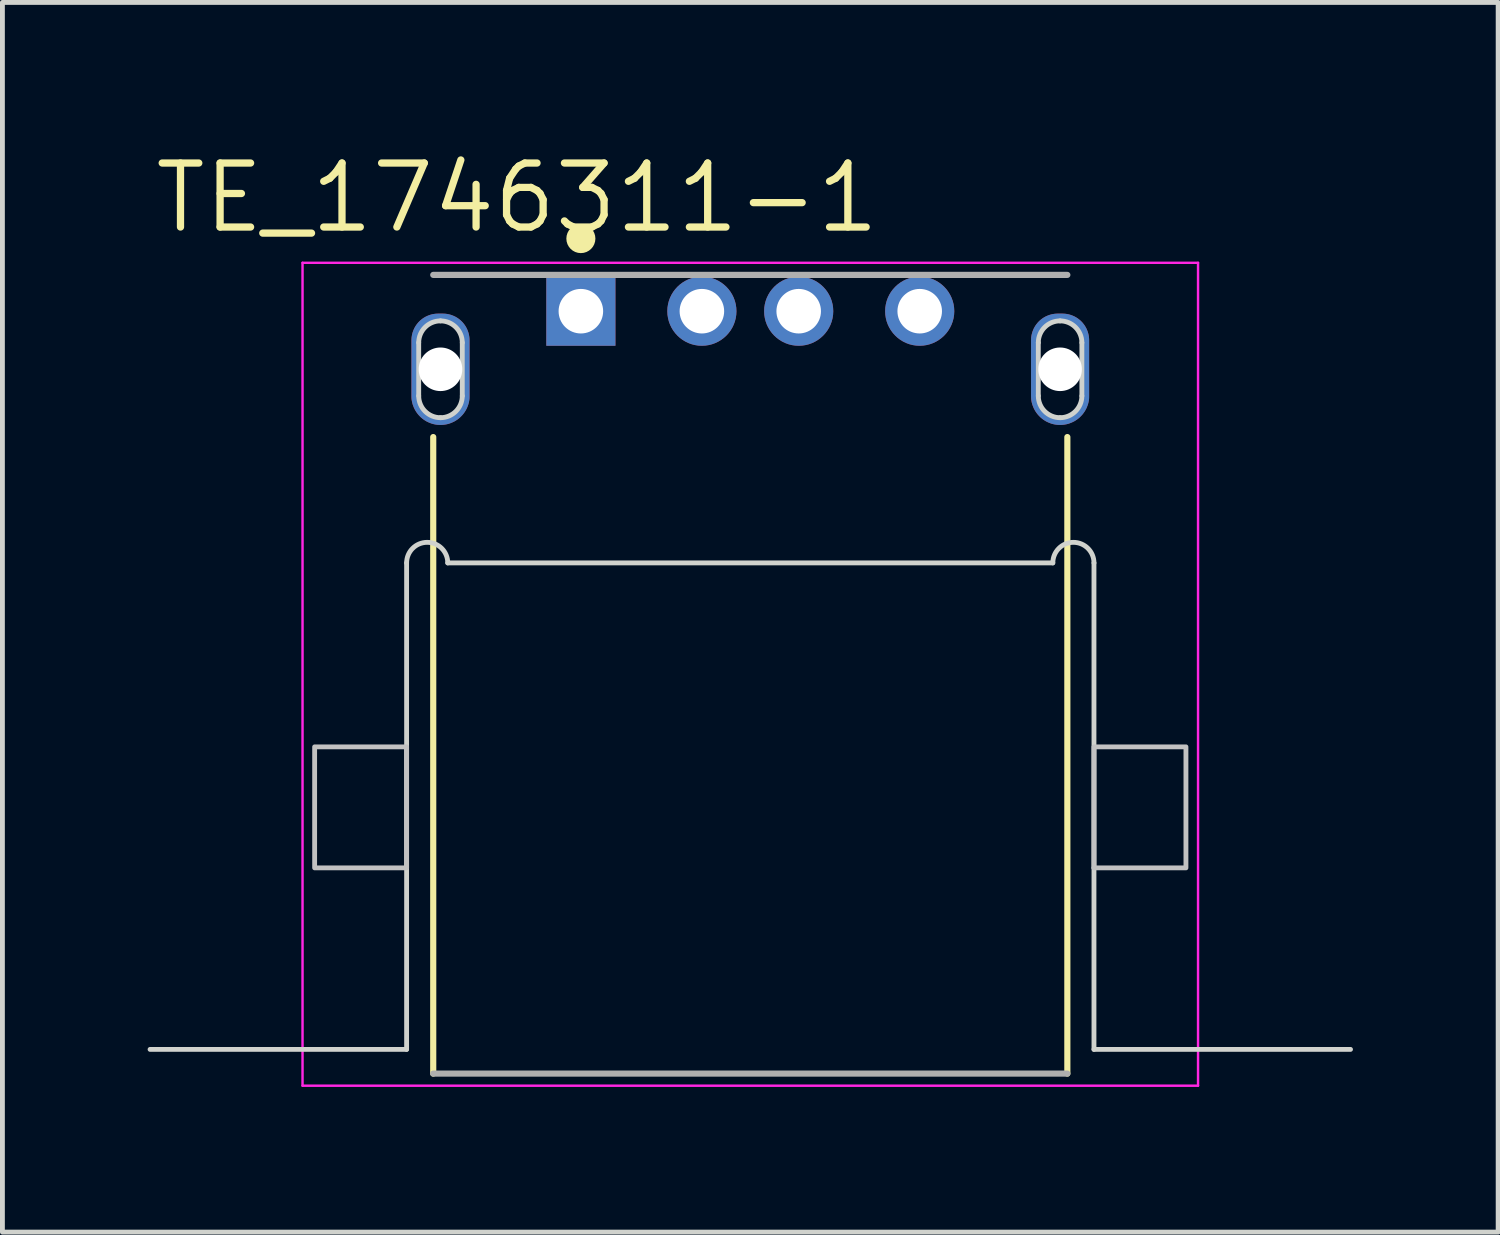
<source format=kicad_pcb>
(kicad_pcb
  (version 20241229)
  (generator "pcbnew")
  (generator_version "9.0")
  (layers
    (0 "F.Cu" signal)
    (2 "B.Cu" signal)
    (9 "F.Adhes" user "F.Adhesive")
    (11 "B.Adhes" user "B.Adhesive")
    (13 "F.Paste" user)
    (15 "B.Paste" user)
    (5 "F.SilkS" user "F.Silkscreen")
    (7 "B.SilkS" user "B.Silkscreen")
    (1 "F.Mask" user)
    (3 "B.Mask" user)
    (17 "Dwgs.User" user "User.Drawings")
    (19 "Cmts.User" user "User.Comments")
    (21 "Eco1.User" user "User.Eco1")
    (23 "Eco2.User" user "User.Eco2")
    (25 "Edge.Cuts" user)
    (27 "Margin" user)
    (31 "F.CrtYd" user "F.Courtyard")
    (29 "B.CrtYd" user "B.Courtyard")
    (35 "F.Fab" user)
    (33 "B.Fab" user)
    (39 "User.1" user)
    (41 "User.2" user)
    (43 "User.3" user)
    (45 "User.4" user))
  (footprint "TE_1746311-1"
    (layer "F.Cu")
    (at 12.45 4.579)
    (property "Reference" "TE_1746311-1" (at -4.815 -3.543 0) (layer "F.SilkS") (effects (font (size 1.322 1.322) (thickness 0.15))))
    (attr through_hole)
    (fp_poly (pts (xy -7 0.55) (xy -7 -0.6) (xy -6.999 -0.629) (xy -6.997 -0.657) (xy -6.993 -0.686) (xy -6.988 -0.714) (xy -6.981 -0.742) (xy -6.973 -0.77) (xy -6.963 -0.797) (xy -6.952 -0.824) (xy -6.94 -0.85) (xy -6.926 -0.875) (xy -6.911 -0.9) (xy -6.895 -0.923) (xy -6.877 -0.946) (xy -6.859 -0.968) (xy -6.839 -0.989) (xy -6.818 -1.009) (xy -6.796 -1.027) (xy -6.773 -1.045) (xy -6.75 -1.061) (xy -6.725 -1.076) (xy -6.7 -1.09) (xy -6.674 -1.102) (xy -6.647 -1.113) (xy -6.62 -1.123) (xy -6.592 -1.131) (xy -6.564 -1.138) (xy -6.536 -1.143) (xy -6.507 -1.147) (xy -6.479 -1.149) (xy -6.45 -1.15) (xy -6.35 -1.15) (xy -6.321 -1.149) (xy -6.293 -1.147) (xy -6.264 -1.143) (xy -6.236 -1.138) (xy -6.208 -1.131) (xy -6.18 -1.123) (xy -6.153 -1.113) (xy -6.126 -1.102) (xy -6.1 -1.09) (xy -6.075 -1.076) (xy -6.05 -1.061) (xy -6.027 -1.045) (xy -6.004 -1.027) (xy -5.982 -1.009) (xy -5.961 -0.989) (xy -5.941 -0.968) (xy -5.923 -0.946) (xy -5.905 -0.923) (xy -5.889 -0.9) (xy -5.874 -0.875) (xy -5.86 -0.85) (xy -5.848 -0.824) (xy -5.837 -0.797) (xy -5.827 -0.77) (xy -5.819 -0.742) (xy -5.812 -0.714) (xy -5.807 -0.686) (xy -5.803 -0.657) (xy -5.801 -0.629) (xy -5.8 -0.6) (xy -5.8 0.55) (xy -5.801 0.581) (xy -5.803 0.613) (xy -5.807 0.644) (xy -5.813 0.675) (xy -5.82 0.705) (xy -5.829 0.735) (xy -5.84 0.765) (xy -5.852 0.794) (xy -5.865 0.822) (xy -5.88 0.85) (xy -5.897 0.877) (xy -5.915 0.903) (xy -5.934 0.928) (xy -5.954 0.951) (xy -5.976 0.974) (xy -5.999 0.996) (xy -6.022 1.016) (xy -6.047 1.035) (xy -6.073 1.053) (xy -6.1 1.07) (xy -6.128 1.085) (xy -6.156 1.098) (xy -6.185 1.11) (xy -6.215 1.121) (xy -6.245 1.13) (xy -6.275 1.137) (xy -6.306 1.143) (xy -6.337 1.147) (xy -6.369 1.149) (xy -6.4 1.15) (xy -6.431 1.149) (xy -6.463 1.147) (xy -6.494 1.143) (xy -6.525 1.137) (xy -6.555 1.13) (xy -6.585 1.121) (xy -6.615 1.11) (xy -6.644 1.098) (xy -6.672 1.085) (xy -6.7 1.07) (xy -6.727 1.053) (xy -6.753 1.035) (xy -6.778 1.016) (xy -6.801 0.996) (xy -6.824 0.974) (xy -6.846 0.951) (xy -6.866 0.928) (xy -6.885 0.903) (xy -6.903 0.877) (xy -6.92 0.85) (xy -6.935 0.822) (xy -6.948 0.794) (xy -6.96 0.765) (xy -6.971 0.735) (xy -6.98 0.705) (xy -6.987 0.675) (xy -6.993 0.644) (xy -6.997 0.613) (xy -6.999 0.581) (xy -7 0.55) (xy -6.85 0.55) (xy -6.849 0.574) (xy -6.848 0.597) (xy -6.844 0.62) (xy -6.84 0.644) (xy -6.835 0.666) (xy -6.828 0.689) (xy -6.82 0.711) (xy -6.811 0.733) (xy -6.801 0.754) (xy -6.79 0.775) (xy -6.777 0.795) (xy -6.764 0.815) (xy -6.75 0.833) (xy -6.734 0.851) (xy -6.718 0.868) (xy -6.701 0.884) (xy -6.683 0.9) (xy -6.665 0.914) (xy -6.645 0.927) (xy -6.625 0.94) (xy -6.604 0.951) (xy -6.583 0.961) (xy -6.561 0.97) (xy -6.539 0.978) (xy -6.516 0.985) (xy -6.494 0.99) (xy -6.47 0.994) (xy -6.447 0.998) (xy -6.424 0.999) (xy -6.4 1) (xy -6.376 0.999) (xy -6.353 0.998) (xy -6.33 0.994) (xy -6.306 0.99) (xy -6.284 0.985) (xy -6.261 0.978) (xy -6.239 0.97) (xy -6.217 0.961) (xy -6.196 0.951) (xy -6.175 0.94) (xy -6.155 0.927) (xy -6.135 0.914) (xy -6.117 0.9) (xy -6.099 0.884) (xy -6.082 0.868) (xy -6.066 0.851) (xy -6.05 0.833) (xy -6.036 0.815) (xy -6.023 0.795) (xy -6.01 0.775) (xy -5.999 0.754) (xy -5.989 0.733) (xy -5.98 0.711) (xy -5.972 0.689) (xy -5.965 0.666) (xy -5.96 0.644) (xy -5.956 0.62) (xy -5.952 0.597) (xy -5.951 0.574) (xy -5.95 0.55) (xy -5.95 -0.55) (xy -5.951 -0.574) (xy -5.952 -0.597) (xy -5.956 -0.62) (xy -5.96 -0.644) (xy -5.965 -0.666) (xy -5.972 -0.689) (xy -5.98 -0.711) (xy -5.989 -0.733) (xy -5.999 -0.754) (xy -6.01 -0.775) (xy -6.023 -0.795) (xy -6.036 -0.815) (xy -6.05 -0.833) (xy -6.066 -0.851) (xy -6.082 -0.868) (xy -6.099 -0.884) (xy -6.117 -0.9) (xy -6.135 -0.914) (xy -6.155 -0.927) (xy -6.175 -0.94) (xy -6.196 -0.951) (xy -6.217 -0.961) (xy -6.239 -0.97) (xy -6.261 -0.978) (xy -6.284 -0.985) (xy -6.306 -0.99) (xy -6.33 -0.994) (xy -6.353 -0.998) (xy -6.376 -0.999) (xy -6.4 -1) (xy -6.426 -1.001) (xy -6.45 -1) (xy -6.474 -0.998) (xy -6.497 -0.995) (xy -6.521 -0.99) (xy -6.544 -0.984) (xy -6.566 -0.977) (xy -6.589 -0.968) (xy -6.61 -0.958) (xy -6.631 -0.947) (xy -6.652 -0.935) (xy -6.672 -0.922) (xy -6.691 -0.908) (xy -6.709 -0.892) (xy -6.726 -0.876) (xy -6.742 -0.859) (xy -6.758 -0.841) (xy -6.772 -0.822) (xy -6.785 -0.802) (xy -6.797 -0.781) (xy -6.808 -0.76) (xy -6.818 -0.739) (xy -6.827 -0.716) (xy -6.834 -0.694) (xy -6.84 -0.671) (xy -6.845 -0.647) (xy -6.848 -0.624) (xy -6.85 -0.6) (xy -6.851 -0.576) (xy -6.85 -0.55) (xy -6.85 0.55) (xy -7 0.55)) (stroke (width 0) (type solid)) (fill yes) (layer "F.Mask"))
    (fp_poly (pts (xy 5.8 0.55) (xy 5.8 -0.6) (xy 5.801 -0.629) (xy 5.803 -0.657) (xy 5.807 -0.686) (xy 5.812 -0.714) (xy 5.819 -0.742) (xy 5.827 -0.77) (xy 5.837 -0.797) (xy 5.848 -0.824) (xy 5.86 -0.85) (xy 5.874 -0.875) (xy 5.889 -0.9) (xy 5.905 -0.923) (xy 5.923 -0.946) (xy 5.941 -0.968) (xy 5.961 -0.989) (xy 5.982 -1.009) (xy 6.004 -1.027) (xy 6.027 -1.045) (xy 6.05 -1.061) (xy 6.075 -1.076) (xy 6.1 -1.09) (xy 6.126 -1.102) (xy 6.153 -1.113) (xy 6.18 -1.123) (xy 6.208 -1.131) (xy 6.236 -1.138) (xy 6.264 -1.143) (xy 6.293 -1.147) (xy 6.321 -1.149) (xy 6.35 -1.15) (xy 6.45 -1.15) (xy 6.479 -1.149) (xy 6.507 -1.147) (xy 6.536 -1.143) (xy 6.564 -1.138) (xy 6.592 -1.131) (xy 6.62 -1.123) (xy 6.647 -1.113) (xy 6.674 -1.102) (xy 6.7 -1.09) (xy 6.725 -1.076) (xy 6.75 -1.061) (xy 6.773 -1.045) (xy 6.796 -1.027) (xy 6.818 -1.009) (xy 6.839 -0.989) (xy 6.859 -0.968) (xy 6.877 -0.946) (xy 6.895 -0.923) (xy 6.911 -0.9) (xy 6.926 -0.875) (xy 6.94 -0.85) (xy 6.952 -0.824) (xy 6.963 -0.797) (xy 6.973 -0.77) (xy 6.981 -0.742) (xy 6.988 -0.714) (xy 6.993 -0.686) (xy 6.997 -0.657) (xy 6.999 -0.629) (xy 7 -0.6) (xy 7 0.55) (xy 6.999 0.581) (xy 6.997 0.613) (xy 6.993 0.644) (xy 6.987 0.675) (xy 6.98 0.705) (xy 6.971 0.735) (xy 6.96 0.765) (xy 6.948 0.794) (xy 6.935 0.822) (xy 6.92 0.85) (xy 6.903 0.877) (xy 6.885 0.903) (xy 6.866 0.928) (xy 6.846 0.951) (xy 6.824 0.974) (xy 6.801 0.996) (xy 6.778 1.016) (xy 6.753 1.035) (xy 6.727 1.053) (xy 6.7 1.07) (xy 6.672 1.085) (xy 6.644 1.098) (xy 6.615 1.11) (xy 6.585 1.121) (xy 6.555 1.13) (xy 6.525 1.137) (xy 6.494 1.143) (xy 6.463 1.147) (xy 6.431 1.149) (xy 6.4 1.15) (xy 6.369 1.149) (xy 6.337 1.147) (xy 6.306 1.143) (xy 6.275 1.137) (xy 6.245 1.13) (xy 6.215 1.121) (xy 6.185 1.11) (xy 6.156 1.098) (xy 6.128 1.085) (xy 6.1 1.07) (xy 6.073 1.053) (xy 6.047 1.035) (xy 6.022 1.016) (xy 5.999 0.996) (xy 5.976 0.974) (xy 5.954 0.951) (xy 5.934 0.928) (xy 5.915 0.903) (xy 5.897 0.877) (xy 5.88 0.85) (xy 5.865 0.822) (xy 5.852 0.794) (xy 5.84 0.765) (xy 5.829 0.735) (xy 5.82 0.705) (xy 5.813 0.675) (xy 5.807 0.644) (xy 5.803 0.613) (xy 5.801 0.581) (xy 5.8 0.55) (xy 5.95 0.55) (xy 5.951 0.574) (xy 5.952 0.597) (xy 5.956 0.62) (xy 5.96 0.644) (xy 5.965 0.666) (xy 5.972 0.689) (xy 5.98 0.711) (xy 5.989 0.733) (xy 5.999 0.754) (xy 6.01 0.775) (xy 6.023 0.795) (xy 6.036 0.815) (xy 6.05 0.833) (xy 6.066 0.851) (xy 6.082 0.868) (xy 6.099 0.884) (xy 6.117 0.9) (xy 6.135 0.914) (xy 6.155 0.927) (xy 6.175 0.94) (xy 6.196 0.951) (xy 6.217 0.961) (xy 6.239 0.97) (xy 6.261 0.978) (xy 6.284 0.985) (xy 6.306 0.99) (xy 6.33 0.994) (xy 6.353 0.998) (xy 6.376 0.999) (xy 6.4 1) (xy 6.424 0.999) (xy 6.447 0.998) (xy 6.47 0.994) (xy 6.494 0.99) (xy 6.516 0.985) (xy 6.539 0.978) (xy 6.561 0.97) (xy 6.583 0.961) (xy 6.604 0.951) (xy 6.625 0.94) (xy 6.645 0.927) (xy 6.665 0.914) (xy 6.683 0.9) (xy 6.701 0.884) (xy 6.718 0.868) (xy 6.734 0.851) (xy 6.75 0.833) (xy 6.764 0.815) (xy 6.777 0.795) (xy 6.79 0.775) (xy 6.801 0.754) (xy 6.811 0.733) (xy 6.82 0.711) (xy 6.828 0.689) (xy 6.835 0.666) (xy 6.84 0.644) (xy 6.844 0.62) (xy 6.848 0.597) (xy 6.849 0.574) (xy 6.85 0.55) (xy 6.85 -0.55) (xy 6.849 -0.574) (xy 6.848 -0.597) (xy 6.844 -0.62) (xy 6.84 -0.644) (xy 6.835 -0.666) (xy 6.828 -0.689) (xy 6.82 -0.711) (xy 6.811 -0.733) (xy 6.801 -0.754) (xy 6.79 -0.775) (xy 6.777 -0.795) (xy 6.764 -0.815) (xy 6.75 -0.833) (xy 6.734 -0.851) (xy 6.718 -0.868) (xy 6.701 -0.884) (xy 6.683 -0.9) (xy 6.665 -0.914) (xy 6.645 -0.927) (xy 6.625 -0.94) (xy 6.604 -0.951) (xy 6.583 -0.961) (xy 6.561 -0.97) (xy 6.539 -0.978) (xy 6.516 -0.985) (xy 6.494 -0.99) (xy 6.47 -0.994) (xy 6.447 -0.998) (xy 6.424 -0.999) (xy 6.4 -1) (xy 6.374 -1.001) (xy 6.35 -1) (xy 6.326 -0.998) (xy 6.303 -0.995) (xy 6.279 -0.99) (xy 6.256 -0.984) (xy 6.234 -0.977) (xy 6.211 -0.968) (xy 6.19 -0.958) (xy 6.169 -0.947) (xy 6.148 -0.935) (xy 6.128 -0.922) (xy 6.109 -0.908) (xy 6.091 -0.892) (xy 6.074 -0.876) (xy 6.058 -0.859) (xy 6.042 -0.841) (xy 6.028 -0.822) (xy 6.015 -0.802) (xy 6.003 -0.781) (xy 5.992 -0.76) (xy 5.982 -0.739) (xy 5.973 -0.716) (xy 5.966 -0.694) (xy 5.96 -0.671) (xy 5.955 -0.647) (xy 5.952 -0.624) (xy 5.95 -0.6) (xy 5.949 -0.576) (xy 5.95 -0.55) (xy 5.95 0.55) (xy 5.8 0.55)) (stroke (width 0) (type solid)) (fill yes) (layer "F.Mask"))
    (fp_poly (pts (xy -6.85 -0.55) (xy -6.849 -0.574) (xy -6.848 -0.597) (xy -6.844 -0.62) (xy -6.84 -0.644) (xy -6.835 -0.666) (xy -6.828 -0.689) (xy -6.82 -0.711) (xy -6.811 -0.733) (xy -6.801 -0.754) (xy -6.79 -0.775) (xy -6.777 -0.795) (xy -6.764 -0.815) (xy -6.75 -0.833) (xy -6.734 -0.851) (xy -6.718 -0.868) (xy -6.701 -0.884) (xy -6.683 -0.9) (xy -6.665 -0.914) (xy -6.645 -0.927) (xy -6.625 -0.94) (xy -6.604 -0.951) (xy -6.583 -0.961) (xy -6.561 -0.97) (xy -6.539 -0.978) (xy -6.516 -0.985) (xy -6.494 -0.99) (xy -6.47 -0.994) (xy -6.447 -0.998) (xy -6.424 -0.999) (xy -6.4 -1) (xy -6.378 -0.999) (xy -6.356 -0.998) (xy -6.335 -0.995) (xy -6.313 -0.992) (xy -6.292 -0.987) (xy -6.271 -0.981) (xy -6.25 -0.974) (xy -6.229 -0.967) (xy -6.209 -0.958) (xy -6.19 -0.948) (xy -6.17 -0.938) (xy -6.152 -0.926) (xy -6.134 -0.914) (xy -6.116 -0.9) (xy -6.1 -0.886) (xy -6.084 -0.871) (xy -6.068 -0.856) (xy -6.054 -0.839) (xy -6.04 -0.822) (xy -6.027 -0.805) (xy -6.015 -0.786) (xy -6.004 -0.767) (xy -5.994 -0.748) (xy -5.985 -0.728) (xy -5.977 -0.708) (xy -5.969 -0.687) (xy -5.963 -0.666) (xy -5.958 -0.645) (xy -5.953 -0.624) (xy -5.95 -0.6) (xy -5.95 0.55) (xy -5.951 0.574) (xy -5.952 0.597) (xy -5.956 0.62) (xy -5.96 0.644) (xy -5.965 0.666) (xy -5.972 0.689) (xy -5.98 0.711) (xy -5.989 0.733) (xy -5.999 0.754) (xy -6.01 0.775) (xy -6.023 0.795) (xy -6.036 0.815) (xy -6.05 0.833) (xy -6.066 0.851) (xy -6.082 0.868) (xy -6.099 0.884) (xy -6.117 0.9) (xy -6.135 0.914) (xy -6.155 0.927) (xy -6.175 0.94) (xy -6.196 0.951) (xy -6.217 0.961) (xy -6.239 0.97) (xy -6.261 0.978) (xy -6.284 0.985) (xy -6.306 0.99) (xy -6.33 0.994) (xy -6.353 0.998) (xy -6.376 0.999) (xy -6.4 1) (xy -6.424 0.999) (xy -6.447 0.998) (xy -6.47 0.994) (xy -6.494 0.99) (xy -6.516 0.985) (xy -6.539 0.978) (xy -6.561 0.97) (xy -6.583 0.961) (xy -6.604 0.951) (xy -6.625 0.94) (xy -6.645 0.927) (xy -6.665 0.914) (xy -6.683 0.9) (xy -6.701 0.884) (xy -6.718 0.868) (xy -6.734 0.851) (xy -6.75 0.833) (xy -6.764 0.815) (xy -6.777 0.795) (xy -6.79 0.775) (xy -6.801 0.754) (xy -6.811 0.733) (xy -6.82 0.711) (xy -6.828 0.689) (xy -6.835 0.666) (xy -6.84 0.644) (xy -6.844 0.62) (xy -6.848 0.597) (xy -6.849 0.574) (xy -6.85 0.55) (xy -6.85 -0.55) (xy -7 -0.55) (xy -7 0.55) (xy -6.999 0.581) (xy -6.997 0.613) (xy -6.993 0.644) (xy -6.987 0.675) (xy -6.98 0.705) (xy -6.971 0.735) (xy -6.96 0.765) (xy -6.948 0.794) (xy -6.935 0.822) (xy -6.92 0.85) (xy -6.903 0.877) (xy -6.885 0.903) (xy -6.866 0.928) (xy -6.846 0.951) (xy -6.824 0.974) (xy -6.801 0.996) (xy -6.778 1.016) (xy -6.753 1.035) (xy -6.727 1.053) (xy -6.7 1.07) (xy -6.672 1.085) (xy -6.644 1.098) (xy -6.615 1.11) (xy -6.585 1.121) (xy -6.555 1.13) (xy -6.525 1.137) (xy -6.494 1.143) (xy -6.463 1.147) (xy -6.431 1.149) (xy -6.4 1.15) (xy -6.37 1.149) (xy -6.341 1.147) (xy -6.311 1.143) (xy -6.282 1.138) (xy -6.253 1.132) (xy -6.224 1.124) (xy -6.196 1.114) (xy -6.168 1.103) (xy -6.141 1.091) (xy -6.114 1.078) (xy -6.088 1.063) (xy -6.063 1.047) (xy -6.039 1.03) (xy -6.016 1.011) (xy -5.993 0.992) (xy -5.972 0.971) (xy -5.951 0.949) (xy -5.932 0.927) (xy -5.914 0.903) (xy -5.897 0.879) (xy -5.881 0.853) (xy -5.867 0.827) (xy -5.853 0.801) (xy -5.842 0.773) (xy -5.831 0.745) (xy -5.822 0.717) (xy -5.814 0.688) (xy -5.808 0.659) (xy -5.803 0.63) (xy -5.8 0.6) (xy -5.8 -0.6) (xy -5.801 -0.629) (xy -5.803 -0.657) (xy -5.807 -0.686) (xy -5.812 -0.714) (xy -5.819 -0.742) (xy -5.827 -0.77) (xy -5.837 -0.797) (xy -5.848 -0.824) (xy -5.86 -0.85) (xy -5.874 -0.875) (xy -5.889 -0.9) (xy -5.905 -0.923) (xy -5.923 -0.946) (xy -5.941 -0.968) (xy -5.961 -0.989) (xy -5.982 -1.009) (xy -6.004 -1.027) (xy -6.027 -1.045) (xy -6.05 -1.061) (xy -6.075 -1.076) (xy -6.1 -1.09) (xy -6.126 -1.102) (xy -6.153 -1.113) (xy -6.18 -1.123) (xy -6.208 -1.131) (xy -6.236 -1.138) (xy -6.264 -1.143) (xy -6.293 -1.147) (xy -6.321 -1.149) (xy -6.35 -1.15) (xy -6.45 -1.15) (xy -6.479 -1.149) (xy -6.507 -1.147) (xy -6.536 -1.143) (xy -6.564 -1.138) (xy -6.592 -1.131) (xy -6.62 -1.123) (xy -6.647 -1.113) (xy -6.674 -1.102) (xy -6.7 -1.09) (xy -6.725 -1.076) (xy -6.75 -1.061) (xy -6.773 -1.045) (xy -6.796 -1.027) (xy -6.818 -1.009) (xy -6.839 -0.989) (xy -6.859 -0.968) (xy -6.877 -0.946) (xy -6.895 -0.923) (xy -6.911 -0.9) (xy -6.926 -0.875) (xy -6.94 -0.85) (xy -6.952 -0.824) (xy -6.963 -0.797) (xy -6.973 -0.77) (xy -6.981 -0.742) (xy -6.988 -0.714) (xy -6.993 -0.686) (xy -6.997 -0.657) (xy -6.999 -0.629) (xy -7 -0.6) (xy -7 -0.55) (xy -6.85 -0.55)) (stroke (width 0) (type solid)) (fill yes) (layer "B.Cu"))
    (fp_poly (pts (xy 5.95 -0.55) (xy 5.951 -0.574) (xy 5.952 -0.597) (xy 5.956 -0.62) (xy 5.96 -0.644) (xy 5.965 -0.666) (xy 5.972 -0.689) (xy 5.98 -0.711) (xy 5.989 -0.733) (xy 5.999 -0.754) (xy 6.01 -0.775) (xy 6.023 -0.795) (xy 6.036 -0.815) (xy 6.05 -0.833) (xy 6.066 -0.851) (xy 6.082 -0.868) (xy 6.099 -0.884) (xy 6.117 -0.9) (xy 6.135 -0.914) (xy 6.155 -0.927) (xy 6.175 -0.94) (xy 6.196 -0.951) (xy 6.217 -0.961) (xy 6.239 -0.97) (xy 6.261 -0.978) (xy 6.284 -0.985) (xy 6.306 -0.99) (xy 6.33 -0.994) (xy 6.353 -0.998) (xy 6.376 -0.999) (xy 6.4 -1) (xy 6.422 -0.999) (xy 6.444 -0.998) (xy 6.465 -0.995) (xy 6.487 -0.992) (xy 6.508 -0.987) (xy 6.529 -0.981) (xy 6.55 -0.974) (xy 6.571 -0.967) (xy 6.591 -0.958) (xy 6.61 -0.948) (xy 6.63 -0.938) (xy 6.648 -0.926) (xy 6.666 -0.914) (xy 6.684 -0.9) (xy 6.7 -0.886) (xy 6.716 -0.871) (xy 6.732 -0.856) (xy 6.746 -0.839) (xy 6.76 -0.822) (xy 6.773 -0.805) (xy 6.785 -0.786) (xy 6.796 -0.767) (xy 6.806 -0.748) (xy 6.815 -0.728) (xy 6.823 -0.708) (xy 6.831 -0.687) (xy 6.837 -0.666) (xy 6.842 -0.645) (xy 6.847 -0.624) (xy 6.85 -0.6) (xy 6.85 0.55) (xy 6.849 0.574) (xy 6.848 0.597) (xy 6.844 0.62) (xy 6.84 0.644) (xy 6.835 0.666) (xy 6.828 0.689) (xy 6.82 0.711) (xy 6.811 0.733) (xy 6.801 0.754) (xy 6.79 0.775) (xy 6.777 0.795) (xy 6.764 0.815) (xy 6.75 0.833) (xy 6.734 0.851) (xy 6.718 0.868) (xy 6.701 0.884) (xy 6.683 0.9) (xy 6.665 0.914) (xy 6.645 0.927) (xy 6.625 0.94) (xy 6.604 0.951) (xy 6.583 0.961) (xy 6.561 0.97) (xy 6.539 0.978) (xy 6.516 0.985) (xy 6.494 0.99) (xy 6.47 0.994) (xy 6.447 0.998) (xy 6.424 0.999) (xy 6.4 1) (xy 6.376 0.999) (xy 6.353 0.998) (xy 6.33 0.994) (xy 6.306 0.99) (xy 6.284 0.985) (xy 6.261 0.978) (xy 6.239 0.97) (xy 6.217 0.961) (xy 6.196 0.951) (xy 6.175 0.94) (xy 6.155 0.927) (xy 6.135 0.914) (xy 6.117 0.9) (xy 6.099 0.884) (xy 6.082 0.868) (xy 6.066 0.851) (xy 6.05 0.833) (xy 6.036 0.815) (xy 6.023 0.795) (xy 6.01 0.775) (xy 5.999 0.754) (xy 5.989 0.733) (xy 5.98 0.711) (xy 5.972 0.689) (xy 5.965 0.666) (xy 5.96 0.644) (xy 5.956 0.62) (xy 5.952 0.597) (xy 5.951 0.574) (xy 5.95 0.55) (xy 5.95 -0.55) (xy 5.8 -0.55) (xy 5.8 0.55) (xy 5.801 0.581) (xy 5.803 0.613) (xy 5.807 0.644) (xy 5.813 0.675) (xy 5.82 0.705) (xy 5.829 0.735) (xy 5.84 0.765) (xy 5.852 0.794) (xy 5.865 0.822) (xy 5.88 0.85) (xy 5.897 0.877) (xy 5.915 0.903) (xy 5.934 0.928) (xy 5.954 0.951) (xy 5.976 0.974) (xy 5.999 0.996) (xy 6.022 1.016) (xy 6.047 1.035) (xy 6.073 1.053) (xy 6.1 1.07) (xy 6.128 1.085) (xy 6.156 1.098) (xy 6.185 1.11) (xy 6.215 1.121) (xy 6.245 1.13) (xy 6.275 1.137) (xy 6.306 1.143) (xy 6.337 1.147) (xy 6.369 1.149) (xy 6.4 1.15) (xy 6.43 1.149) (xy 6.459 1.147) (xy 6.489 1.143) (xy 6.518 1.138) (xy 6.547 1.132) (xy 6.576 1.124) (xy 6.604 1.114) (xy 6.632 1.103) (xy 6.659 1.091) (xy 6.686 1.078) (xy 6.712 1.063) (xy 6.737 1.047) (xy 6.761 1.03) (xy 6.784 1.011) (xy 6.807 0.992) (xy 6.828 0.971) (xy 6.849 0.949) (xy 6.868 0.927) (xy 6.886 0.903) (xy 6.903 0.879) (xy 6.919 0.853) (xy 6.933 0.827) (xy 6.947 0.801) (xy 6.958 0.773) (xy 6.969 0.745) (xy 6.978 0.717) (xy 6.986 0.688) (xy 6.992 0.659) (xy 6.997 0.63) (xy 7 0.6) (xy 7 -0.6) (xy 6.999 -0.629) (xy 6.997 -0.657) (xy 6.993 -0.686) (xy 6.988 -0.714) (xy 6.981 -0.742) (xy 6.973 -0.77) (xy 6.963 -0.797) (xy 6.952 -0.824) (xy 6.94 -0.85) (xy 6.926 -0.875) (xy 6.911 -0.9) (xy 6.895 -0.923) (xy 6.877 -0.946) (xy 6.859 -0.968) (xy 6.839 -0.989) (xy 6.818 -1.009) (xy 6.796 -1.027) (xy 6.773 -1.045) (xy 6.75 -1.061) (xy 6.725 -1.076) (xy 6.7 -1.09) (xy 6.674 -1.102) (xy 6.647 -1.113) (xy 6.62 -1.123) (xy 6.592 -1.131) (xy 6.564 -1.138) (xy 6.536 -1.143) (xy 6.507 -1.147) (xy 6.479 -1.149) (xy 6.45 -1.15) (xy 6.35 -1.15) (xy 6.321 -1.149) (xy 6.293 -1.147) (xy 6.264 -1.143) (xy 6.236 -1.138) (xy 6.208 -1.131) (xy 6.18 -1.123) (xy 6.153 -1.113) (xy 6.126 -1.102) (xy 6.1 -1.09) (xy 6.075 -1.076) (xy 6.05 -1.061) (xy 6.027 -1.045) (xy 6.004 -1.027) (xy 5.982 -1.009) (xy 5.961 -0.989) (xy 5.941 -0.968) (xy 5.923 -0.946) (xy 5.905 -0.923) (xy 5.889 -0.9) (xy 5.874 -0.875) (xy 5.86 -0.85) (xy 5.848 -0.824) (xy 5.837 -0.797) (xy 5.827 -0.77) (xy 5.819 -0.742) (xy 5.812 -0.714) (xy 5.807 -0.686) (xy 5.803 -0.657) (xy 5.801 -0.629) (xy 5.8 -0.6) (xy 5.8 -0.55) (xy 5.95 -0.55)) (stroke (width 0) (type solid)) (fill yes) (layer "B.Cu"))
    (fp_poly (pts (xy -7 0.55) (xy -7 -0.6) (xy -6.999 -0.629) (xy -6.997 -0.657) (xy -6.993 -0.686) (xy -6.988 -0.714) (xy -6.981 -0.742) (xy -6.973 -0.77) (xy -6.963 -0.797) (xy -6.952 -0.824) (xy -6.94 -0.85) (xy -6.926 -0.875) (xy -6.911 -0.9) (xy -6.895 -0.923) (xy -6.877 -0.946) (xy -6.859 -0.968) (xy -6.839 -0.989) (xy -6.818 -1.009) (xy -6.796 -1.027) (xy -6.773 -1.045) (xy -6.75 -1.061) (xy -6.725 -1.076) (xy -6.7 -1.09) (xy -6.674 -1.102) (xy -6.647 -1.113) (xy -6.62 -1.123) (xy -6.592 -1.131) (xy -6.564 -1.138) (xy -6.536 -1.143) (xy -6.507 -1.147) (xy -6.479 -1.149) (xy -6.45 -1.15) (xy -6.35 -1.15) (xy -6.321 -1.149) (xy -6.293 -1.147) (xy -6.264 -1.143) (xy -6.236 -1.138) (xy -6.208 -1.131) (xy -6.18 -1.123) (xy -6.153 -1.113) (xy -6.126 -1.102) (xy -6.1 -1.09) (xy -6.075 -1.076) (xy -6.05 -1.061) (xy -6.027 -1.045) (xy -6.004 -1.027) (xy -5.982 -1.009) (xy -5.961 -0.989) (xy -5.941 -0.968) (xy -5.923 -0.946) (xy -5.905 -0.923) (xy -5.889 -0.9) (xy -5.874 -0.875) (xy -5.86 -0.85) (xy -5.848 -0.824) (xy -5.837 -0.797) (xy -5.827 -0.77) (xy -5.819 -0.742) (xy -5.812 -0.714) (xy -5.807 -0.686) (xy -5.803 -0.657) (xy -5.801 -0.629) (xy -5.8 -0.6) (xy -5.8 0.55) (xy -5.801 0.581) (xy -5.803 0.613) (xy -5.807 0.644) (xy -5.813 0.675) (xy -5.82 0.705) (xy -5.829 0.735) (xy -5.84 0.765) (xy -5.852 0.794) (xy -5.865 0.822) (xy -5.88 0.85) (xy -5.897 0.877) (xy -5.915 0.903) (xy -5.934 0.928) (xy -5.954 0.951) (xy -5.976 0.974) (xy -5.999 0.996) (xy -6.022 1.016) (xy -6.047 1.035) (xy -6.073 1.053) (xy -6.1 1.07) (xy -6.128 1.085) (xy -6.156 1.098) (xy -6.185 1.11) (xy -6.215 1.121) (xy -6.245 1.13) (xy -6.275 1.137) (xy -6.306 1.143) (xy -6.337 1.147) (xy -6.369 1.149) (xy -6.4 1.15) (xy -6.431 1.149) (xy -6.463 1.147) (xy -6.494 1.143) (xy -6.525 1.137) (xy -6.555 1.13) (xy -6.585 1.121) (xy -6.615 1.11) (xy -6.644 1.098) (xy -6.672 1.085) (xy -6.7 1.07) (xy -6.727 1.053) (xy -6.753 1.035) (xy -6.778 1.016) (xy -6.801 0.996) (xy -6.824 0.974) (xy -6.846 0.951) (xy -6.866 0.928) (xy -6.885 0.903) (xy -6.903 0.877) (xy -6.92 0.85) (xy -6.935 0.822) (xy -6.948 0.794) (xy -6.96 0.765) (xy -6.971 0.735) (xy -6.98 0.705) (xy -6.987 0.675) (xy -6.993 0.644) (xy -6.997 0.613) (xy -6.999 0.581) (xy -7 0.55) (xy -6.85 0.55) (xy -6.849 0.574) (xy -6.848 0.597) (xy -6.844 0.62) (xy -6.84 0.644) (xy -6.835 0.666) (xy -6.828 0.689) (xy -6.82 0.711) (xy -6.811 0.733) (xy -6.801 0.754) (xy -6.79 0.775) (xy -6.777 0.795) (xy -6.764 0.815) (xy -6.75 0.833) (xy -6.734 0.851) (xy -6.718 0.868) (xy -6.701 0.884) (xy -6.683 0.9) (xy -6.665 0.914) (xy -6.645 0.927) (xy -6.625 0.94) (xy -6.604 0.951) (xy -6.583 0.961) (xy -6.561 0.97) (xy -6.539 0.978) (xy -6.516 0.985) (xy -6.494 0.99) (xy -6.47 0.994) (xy -6.447 0.998) (xy -6.424 0.999) (xy -6.4 1) (xy -6.376 0.999) (xy -6.353 0.998) (xy -6.33 0.994) (xy -6.306 0.99) (xy -6.284 0.985) (xy -6.261 0.978) (xy -6.239 0.97) (xy -6.217 0.961) (xy -6.196 0.951) (xy -6.175 0.94) (xy -6.155 0.927) (xy -6.135 0.914) (xy -6.117 0.9) (xy -6.099 0.884) (xy -6.082 0.868) (xy -6.066 0.851) (xy -6.05 0.833) (xy -6.036 0.815) (xy -6.023 0.795) (xy -6.01 0.775) (xy -5.999 0.754) (xy -5.989 0.733) (xy -5.98 0.711) (xy -5.972 0.689) (xy -5.965 0.666) (xy -5.96 0.644) (xy -5.956 0.62) (xy -5.952 0.597) (xy -5.951 0.574) (xy -5.95 0.55) (xy -5.95 -0.55) (xy -5.951 -0.574) (xy -5.952 -0.597) (xy -5.956 -0.62) (xy -5.96 -0.644) (xy -5.965 -0.666) (xy -5.972 -0.689) (xy -5.98 -0.711) (xy -5.989 -0.733) (xy -5.999 -0.754) (xy -6.01 -0.775) (xy -6.023 -0.795) (xy -6.036 -0.815) (xy -6.05 -0.833) (xy -6.066 -0.851) (xy -6.082 -0.868) (xy -6.099 -0.884) (xy -6.117 -0.9) (xy -6.135 -0.914) (xy -6.155 -0.927) (xy -6.175 -0.94) (xy -6.196 -0.951) (xy -6.217 -0.961) (xy -6.239 -0.97) (xy -6.261 -0.978) (xy -6.284 -0.985) (xy -6.306 -0.99) (xy -6.33 -0.994) (xy -6.353 -0.998) (xy -6.376 -0.999) (xy -6.4 -1) (xy -6.422 -0.999) (xy -6.444 -0.998) (xy -6.465 -0.995) (xy -6.487 -0.992) (xy -6.508 -0.987) (xy -6.529 -0.981) (xy -6.55 -0.974) (xy -6.571 -0.967) (xy -6.591 -0.958) (xy -6.61 -0.948) (xy -6.63 -0.938) (xy -6.648 -0.926) (xy -6.666 -0.914) (xy -6.684 -0.9) (xy -6.7 -0.886) (xy -6.716 -0.871) (xy -6.732 -0.856) (xy -6.746 -0.839) (xy -6.76 -0.822) (xy -6.773 -0.805) (xy -6.785 -0.786) (xy -6.796 -0.767) (xy -6.806 -0.748) (xy -6.815 -0.728) (xy -6.823 -0.708) (xy -6.831 -0.687) (xy -6.837 -0.666) (xy -6.842 -0.645) (xy -6.847 -0.624) (xy -6.85 -0.6) (xy -6.85 0.55) (xy -7 0.55)) (stroke (width 0) (type solid)) (fill yes) (layer "B.Mask"))
    (fp_poly (pts (xy 5.8 0.55) (xy 5.8 -0.6) (xy 5.801 -0.629) (xy 5.803 -0.657) (xy 5.807 -0.686) (xy 5.812 -0.714) (xy 5.819 -0.742) (xy 5.827 -0.77) (xy 5.837 -0.797) (xy 5.848 -0.824) (xy 5.86 -0.85) (xy 5.874 -0.875) (xy 5.889 -0.9) (xy 5.905 -0.923) (xy 5.923 -0.946) (xy 5.941 -0.968) (xy 5.961 -0.989) (xy 5.982 -1.009) (xy 6.004 -1.027) (xy 6.027 -1.045) (xy 6.05 -1.061) (xy 6.075 -1.076) (xy 6.1 -1.09) (xy 6.126 -1.102) (xy 6.153 -1.113) (xy 6.18 -1.123) (xy 6.208 -1.131) (xy 6.236 -1.138) (xy 6.264 -1.143) (xy 6.293 -1.147) (xy 6.321 -1.149) (xy 6.35 -1.15) (xy 6.45 -1.15) (xy 6.479 -1.149) (xy 6.507 -1.147) (xy 6.536 -1.143) (xy 6.564 -1.138) (xy 6.592 -1.131) (xy 6.62 -1.123) (xy 6.647 -1.113) (xy 6.674 -1.102) (xy 6.7 -1.09) (xy 6.725 -1.076) (xy 6.75 -1.061) (xy 6.773 -1.045) (xy 6.796 -1.027) (xy 6.818 -1.009) (xy 6.839 -0.989) (xy 6.859 -0.968) (xy 6.877 -0.946) (xy 6.895 -0.923) (xy 6.911 -0.9) (xy 6.926 -0.875) (xy 6.94 -0.85) (xy 6.952 -0.824) (xy 6.963 -0.797) (xy 6.973 -0.77) (xy 6.981 -0.742) (xy 6.988 -0.714) (xy 6.993 -0.686) (xy 6.997 -0.657) (xy 6.999 -0.629) (xy 7 -0.6) (xy 7 0.55) (xy 6.999 0.581) (xy 6.997 0.613) (xy 6.993 0.644) (xy 6.987 0.675) (xy 6.98 0.705) (xy 6.971 0.735) (xy 6.96 0.765) (xy 6.948 0.794) (xy 6.935 0.822) (xy 6.92 0.85) (xy 6.903 0.877) (xy 6.885 0.903) (xy 6.866 0.928) (xy 6.846 0.951) (xy 6.824 0.974) (xy 6.801 0.996) (xy 6.778 1.016) (xy 6.753 1.035) (xy 6.727 1.053) (xy 6.7 1.07) (xy 6.672 1.085) (xy 6.644 1.098) (xy 6.615 1.11) (xy 6.585 1.121) (xy 6.555 1.13) (xy 6.525 1.137) (xy 6.494 1.143) (xy 6.463 1.147) (xy 6.431 1.149) (xy 6.4 1.15) (xy 6.369 1.149) (xy 6.337 1.147) (xy 6.306 1.143) (xy 6.275 1.137) (xy 6.245 1.13) (xy 6.215 1.121) (xy 6.185 1.11) (xy 6.156 1.098) (xy 6.128 1.085) (xy 6.1 1.07) (xy 6.073 1.053) (xy 6.047 1.035) (xy 6.022 1.016) (xy 5.999 0.996) (xy 5.976 0.974) (xy 5.954 0.951) (xy 5.934 0.928) (xy 5.915 0.903) (xy 5.897 0.877) (xy 5.88 0.85) (xy 5.865 0.822) (xy 5.852 0.794) (xy 5.84 0.765) (xy 5.829 0.735) (xy 5.82 0.705) (xy 5.813 0.675) (xy 5.807 0.644) (xy 5.803 0.613) (xy 5.801 0.581) (xy 5.8 0.55) (xy 5.95 0.55) (xy 5.951 0.574) (xy 5.952 0.597) (xy 5.956 0.62) (xy 5.96 0.644) (xy 5.965 0.666) (xy 5.972 0.689) (xy 5.98 0.711) (xy 5.989 0.733) (xy 5.999 0.754) (xy 6.01 0.775) (xy 6.023 0.795) (xy 6.036 0.815) (xy 6.05 0.833) (xy 6.066 0.851) (xy 6.082 0.868) (xy 6.099 0.884) (xy 6.117 0.9) (xy 6.135 0.914) (xy 6.155 0.927) (xy 6.175 0.94) (xy 6.196 0.951) (xy 6.217 0.961) (xy 6.239 0.97) (xy 6.261 0.978) (xy 6.284 0.985) (xy 6.306 0.99) (xy 6.33 0.994) (xy 6.353 0.998) (xy 6.376 0.999) (xy 6.4 1) (xy 6.424 0.999) (xy 6.447 0.998) (xy 6.47 0.994) (xy 6.494 0.99) (xy 6.516 0.985) (xy 6.539 0.978) (xy 6.561 0.97) (xy 6.583 0.961) (xy 6.604 0.951) (xy 6.625 0.94) (xy 6.645 0.927) (xy 6.665 0.914) (xy 6.683 0.9) (xy 6.701 0.884) (xy 6.718 0.868) (xy 6.734 0.851) (xy 6.75 0.833) (xy 6.764 0.815) (xy 6.777 0.795) (xy 6.79 0.775) (xy 6.801 0.754) (xy 6.811 0.733) (xy 6.82 0.711) (xy 6.828 0.689) (xy 6.835 0.666) (xy 6.84 0.644) (xy 6.844 0.62) (xy 6.848 0.597) (xy 6.849 0.574) (xy 6.85 0.55) (xy 6.85 -0.55) (xy 6.849 -0.574) (xy 6.848 -0.597) (xy 6.844 -0.62) (xy 6.84 -0.644) (xy 6.835 -0.666) (xy 6.828 -0.689) (xy 6.82 -0.711) (xy 6.811 -0.733) (xy 6.801 -0.754) (xy 6.79 -0.775) (xy 6.777 -0.795) (xy 6.764 -0.815) (xy 6.75 -0.833) (xy 6.734 -0.851) (xy 6.718 -0.868) (xy 6.701 -0.884) (xy 6.683 -0.9) (xy 6.665 -0.914) (xy 6.645 -0.927) (xy 6.625 -0.94) (xy 6.604 -0.951) (xy 6.583 -0.961) (xy 6.561 -0.97) (xy 6.539 -0.978) (xy 6.516 -0.985) (xy 6.494 -0.99) (xy 6.47 -0.994) (xy 6.447 -0.998) (xy 6.424 -0.999) (xy 6.4 -1) (xy 6.378 -0.999) (xy 6.356 -0.998) (xy 6.335 -0.995) (xy 6.313 -0.992) (xy 6.292 -0.987) (xy 6.271 -0.981) (xy 6.25 -0.974) (xy 6.229 -0.967) (xy 6.209 -0.958) (xy 6.19 -0.948) (xy 6.17 -0.938) (xy 6.152 -0.926) (xy 6.134 -0.914) (xy 6.116 -0.9) (xy 6.1 -0.886) (xy 6.084 -0.871) (xy 6.068 -0.856) (xy 6.054 -0.839) (xy 6.04 -0.822) (xy 6.027 -0.805) (xy 6.015 -0.786) (xy 6.004 -0.767) (xy 5.994 -0.748) (xy 5.985 -0.728) (xy 5.977 -0.708) (xy 5.969 -0.687) (xy 5.963 -0.666) (xy 5.958 -0.645) (xy 5.953 -0.624) (xy 5.95 -0.6) (xy 5.95 0.55) (xy 5.8 0.55)) (stroke (width 0) (type solid)) (fill yes) (layer "B.Mask"))
    (fp_line (start -6.55 1.4) (end -6.55 14.55) (stroke (width 0.127) (type solid)) (layer "F.SilkS"))
    (fp_line (start 6.55 14.55) (end 6.55 1.4) (stroke (width 0.127) (type solid)) (layer "F.SilkS"))
    (fp_circle (center -3.5 -2.7) (end -3.35 -2.7) (stroke (width 0.3) (type solid)) (fill no) (layer "F.SilkS"))
    (fp_poly (pts (xy -9 10.3) (xy -9 7.8) (xy -7.1 7.8) (xy -7.1 10.3)) (stroke (width 0.1) (type solid)) (fill no) (layer "Dwgs.User"))
    (fp_poly (pts (xy 7.1 7.8) (xy 7.1 10.3) (xy 9 10.3) (xy 9 7.8)) (stroke (width 0.1) (type solid)) (fill no) (layer "Dwgs.User"))
    (fp_line (start -7.1 14.05) (end -12.4 14.05) (stroke (width 0.1) (type solid)) (layer "Edge.Cuts"))
    (fp_line (start -7.1 14.05) (end -7.1 4) (stroke (width 0.1) (type solid)) (layer "Edge.Cuts"))
    (fp_line (start -6.85 -0.55) (end -6.85 0.55) (stroke (width 0.1) (type solid)) (layer "Edge.Cuts"))
    (fp_line (start -6.25 4) (end 6.25 4) (stroke (width 0.1) (type solid)) (layer "Edge.Cuts"))
    (fp_line (start -5.95 0.55) (end -5.95 -0.55) (stroke (width 0.1) (type solid)) (layer "Edge.Cuts"))
    (fp_line (start 5.95 -0.55) (end 5.95 0.55) (stroke (width 0.1) (type solid)) (layer "Edge.Cuts"))
    (fp_line (start 6.85 0.55) (end 6.85 -0.55) (stroke (width 0.1) (type solid)) (layer "Edge.Cuts"))
    (fp_line (start 7.1 10.3) (end 7.1 4) (stroke (width 0.1) (type solid)) (layer "Edge.Cuts"))
    (fp_line (start 7.1 10.3) (end 7.1 14.05) (stroke (width 0.1) (type solid)) (layer "Edge.Cuts"))
    (fp_line (start 7.1 14.05) (end 12.4 14.05) (stroke (width 0.1) (type solid)) (layer "Edge.Cuts"))
    (fp_arc (start -7.1 4) (mid -6.675 3.575) (end -6.25 4) (stroke (width 0.1) (type solid)) (layer "Edge.Cuts"))
    (fp_arc (start -6.85 -0.55) (mid -6.718198 -0.868198) (end -6.4 -1) (stroke (width 0.1) (type solid)) (layer "Edge.Cuts"))
    (fp_arc (start -6.4 -1) (mid -6.081802 -0.868198) (end -5.95 -0.55) (stroke (width 0.1) (type solid)) (layer "Edge.Cuts"))
    (fp_arc (start -6.4 1) (mid -6.718198 0.868198) (end -6.85 0.55) (stroke (width 0.1) (type solid)) (layer "Edge.Cuts"))
    (fp_arc (start -5.95 0.55) (mid -6.081802 0.868198) (end -6.4 1) (stroke (width 0.1) (type solid)) (layer "Edge.Cuts"))
    (fp_arc (start 5.95 -0.55) (mid 6.081802 -0.868198) (end 6.4 -1) (stroke (width 0.1) (type solid)) (layer "Edge.Cuts"))
    (fp_arc (start 6.25 4) (mid 6.675 3.575) (end 7.1 4) (stroke (width 0.1) (type solid)) (layer "Edge.Cuts"))
    (fp_arc (start 6.4 -1) (mid 6.718198 -0.868198) (end 6.85 -0.55) (stroke (width 0.1) (type solid)) (layer "Edge.Cuts"))
    (fp_arc (start 6.4 1) (mid 6.081802 0.868198) (end 5.95 0.55) (stroke (width 0.1) (type solid)) (layer "Edge.Cuts"))
    (fp_arc (start 6.85 0.55) (mid 6.718198 0.868198) (end 6.4 1) (stroke (width 0.1) (type solid)) (layer "Edge.Cuts"))
    (fp_line (start -9.25 -2.2) (end -9.25 14.8) (stroke (width 0.05) (type solid)) (layer "F.CrtYd"))
    (fp_line (start -9.25 14.8) (end 9.25 14.8) (stroke (width 0.05) (type solid)) (layer "F.CrtYd"))
    (fp_line (start 9.25 -2.2) (end -9.25 -2.2) (stroke (width 0.05) (type solid)) (layer "F.CrtYd"))
    (fp_line (start 9.25 14.8) (end 9.25 -2.2) (stroke (width 0.05) (type solid)) (layer "F.CrtYd"))
    (fp_line (start -6.55 14.55) (end 6.55 14.55) (stroke (width 0.127) (type solid)) (layer "F.Fab"))
    (fp_line (start 6.55 -1.95) (end -6.55 -1.95) (stroke (width 0.127) (type solid)) (layer "F.Fab"))
    (pad "" np_thru_hole circle (at -6.4 0) (size 0.9 0.9) (drill 0.9) (layers "*.Cu" "*.Mask"))
    (pad "" np_thru_hole circle (at 6.4 0) (size 0.9 0.9) (drill 0.9) (layers "*.Cu" "*.Mask"))
    (pad "1" thru_hole rect (at -3.5 -1.2) (size 1.428 1.428) (drill 0.92) (layers "*.Cu" "*.Mask"))
    (pad "2" thru_hole circle (at -1 -1.2) (size 1.428 1.428) (drill 0.92) (layers "*.Cu" "*.Mask"))
    (pad "3" thru_hole circle (at 1 -1.2) (size 1.428 1.428) (drill 0.92) (layers "*.Cu" "*.Mask"))
    (pad "4" thru_hole circle (at 3.5 -1.2) (size 1.428 1.428) (drill 0.92) (layers "*.Cu" "*.Mask"))
    (pad "5" smd custom (at -6.4 -1.1) (size 0.1 0.1) (layers "F.Cu") (options (anchor rect)) (primitives (gr_poly (pts (xy -0.6 1.45) (xy -0.6 0.5) (xy -0.599 0.471) (xy -0.597 0.443) (xy -0.593 0.414) (xy -0.588 0.386) (xy -0.581 0.358) (xy -0.573 0.33) (xy -0.563 0.303) (xy -0.552 0.276) (xy -0.54 0.25) (xy -0.526 0.225) (xy -0.511 0.2) (xy -0.495 0.177) (xy -0.477 0.154) (xy -0.459 0.132) (xy -0.439 0.111) (xy -0.418 0.091) (xy -0.396 0.073) (xy -0.373 0.055) (xy -0.35 0.039) (xy -0.325 0.024) (xy -0.3 0.01) (xy -0.274 -0.002) (xy -0.247 -0.013) (xy -0.22 -0.023) (xy -0.192 -0.031) (xy -0.164 -0.038) (xy -0.136 -0.043) (xy -0.107 -0.047) (xy -0.079 -0.049) (xy -0.05 -0.05) (xy 0.05 -0.05) (xy 0.079 -0.049) (xy 0.107 -0.047) (xy 0.136 -0.043) (xy 0.164 -0.038) (xy 0.192 -0.031) (xy 0.22 -0.023) (xy 0.247 -0.013) (xy 0.274 -0.002) (xy 0.3 0.01) (xy 0.325 0.024) (xy 0.35 0.039) (xy 0.373 0.055) (xy 0.396 0.073) (xy 0.418 0.091) (xy 0.439 0.111) (xy 0.459 0.132) (xy 0.477 0.154) (xy 0.495 0.177) (xy 0.511 0.2) (xy 0.526 0.225) (xy 0.54 0.25) (xy 0.552 0.276) (xy 0.563 0.303) (xy 0.573 0.33) (xy 0.581 0.358) (xy 0.588 0.386) (xy 0.593 0.414) (xy 0.597 0.443) (xy 0.599 0.471) (xy 0.6 0.5) (xy 0.6 1.65) (xy 0.599 1.681) (xy 0.597 1.713) (xy 0.593 1.744) (xy 0.587 1.775) (xy 0.58 1.805) (xy 0.571 1.835) (xy 0.56 1.865) (xy 0.548 1.894) (xy 0.535 1.922) (xy 0.52 1.95) (xy 0.503 1.977) (xy 0.485 2.003) (xy 0.466 2.028) (xy 0.446 2.051) (xy 0.424 2.074) (xy 0.401 2.096) (xy 0.378 2.116) (xy 0.353 2.135) (xy 0.327 2.153) (xy 0.3 2.17) (xy 0.272 2.185) (xy 0.244 2.198) (xy 0.215 2.21) (xy 0.185 2.221) (xy 0.155 2.23) (xy 0.125 2.237) (xy 0.094 2.243) (xy 0.063 2.247) (xy 0.031 2.249) (xy 0 2.25) (xy -0.03 2.249) (xy -0.059 2.247) (xy -0.089 2.243) (xy -0.118 2.238) (xy -0.147 2.232) (xy -0.176 2.224) (xy -0.204 2.214) (xy -0.232 2.203) (xy -0.259 2.191) (xy -0.286 2.178) (xy -0.312 2.163) (xy -0.337 2.147) (xy -0.361 2.13) (xy -0.384 2.111) (xy -0.407 2.092) (xy -0.428 2.071) (xy -0.449 2.049) (xy -0.468 2.027) (xy -0.486 2.003) (xy -0.503 1.979) (xy -0.519 1.953) (xy -0.533 1.927) (xy -0.547 1.901) (xy -0.558 1.873) (xy -0.569 1.845) (xy -0.578 1.817) (xy -0.586 1.788) (xy -0.592 1.759) (xy -0.597 1.73) (xy -0.6 1.7) (xy -0.6 1.45) (xy -0.45 1.45) (xy -0.45 1.65) (xy -0.449 1.674) (xy -0.448 1.697) (xy -0.444 1.72) (xy -0.44 1.744) (xy -0.435 1.766) (xy -0.428 1.789) (xy -0.42 1.811) (xy -0.411 1.833) (xy -0.401 1.854) (xy -0.39 1.875) (xy -0.377 1.895) (xy -0.364 1.915) (xy -0.35 1.933) (xy -0.334 1.951) (xy -0.318 1.968) (xy -0.301 1.984) (xy -0.283 2) (xy -0.265 2.014) (xy -0.245 2.027) (xy -0.225 2.04) (xy -0.204 2.051) (xy -0.183 2.061) (xy -0.161 2.07) (xy -0.139 2.078) (xy -0.116 2.085) (xy -0.094 2.09) (xy -0.07 2.094) (xy -0.047 2.098) (xy -0.024 2.099) (xy 0 2.1) (xy 0.022 2.099) (xy 0.044 2.098) (xy 0.065 2.095) (xy 0.087 2.092) (xy 0.108 2.087) (xy 0.129 2.081) (xy 0.15 2.074) (xy 0.171 2.067) (xy 0.191 2.058) (xy 0.21 2.048) (xy 0.23 2.038) (xy 0.248 2.026) (xy 0.266 2.014) (xy 0.284 2) (xy 0.3 1.986) (xy 0.316 1.971) (xy 0.332 1.956) (xy 0.346 1.939) (xy 0.36 1.922) (xy 0.373 1.905) (xy 0.385 1.886) (xy 0.396 1.867) (xy 0.406 1.848) (xy 0.415 1.828) (xy 0.423 1.808) (xy 0.431 1.787) (xy 0.437 1.766) (xy 0.442 1.745) (xy 0.447 1.724) (xy 0.45 1.7) (xy 0.45 0.55) (xy 0.449 0.526) (xy 0.448 0.503) (xy 0.444 0.48) (xy 0.44 0.456) (xy 0.435 0.434) (xy 0.428 0.411) (xy 0.42 0.389) (xy 0.411 0.367) (xy 0.401 0.346) (xy 0.39 0.325) (xy 0.377 0.305) (xy 0.364 0.285) (xy 0.35 0.267) (xy 0.334 0.249) (xy 0.318 0.232) (xy 0.301 0.216) (xy 0.283 0.2) (xy 0.265 0.186) (xy 0.245 0.173) (xy 0.225 0.16) (xy 0.204 0.149) (xy 0.183 0.139) (xy 0.161 0.13) (xy 0.139 0.122) (xy 0.116 0.115) (xy 0.094 0.11) (xy 0.07 0.106) (xy 0.047 0.102) (xy 0.024 0.101) (xy 0 0.1) (xy -0.022 0.101) (xy -0.044 0.102) (xy -0.065 0.105) (xy -0.087 0.108) (xy -0.108 0.113) (xy -0.129 0.119) (xy -0.15 0.126) (xy -0.171 0.133) (xy -0.191 0.142) (xy -0.21 0.152) (xy -0.23 0.162) (xy -0.248 0.174) (xy -0.266 0.186) (xy -0.284 0.2) (xy -0.3 0.214) (xy -0.316 0.229) (xy -0.332 0.244) (xy -0.346 0.261) (xy -0.36 0.278) (xy -0.373 0.295) (xy -0.385 0.314) (xy -0.396 0.333) (xy -0.406 0.352) (xy -0.415 0.372) (xy -0.423 0.392) (xy -0.431 0.413) (xy -0.437 0.434) (xy -0.442 0.455) (xy -0.447 0.476) (xy -0.45 0.5) (xy -0.45 1.45) (xy -0.6 1.45)) (width 0) (fill yes))))
    (pad "6" smd custom (at 6.4 -1.1) (size 0.1 0.1) (layers "F.Cu") (options (anchor rect)) (primitives (gr_poly (pts (xy -0.6 1.45) (xy -0.6 0.5) (xy -0.599 0.471) (xy -0.597 0.443) (xy -0.593 0.414) (xy -0.588 0.386) (xy -0.581 0.358) (xy -0.573 0.33) (xy -0.563 0.303) (xy -0.552 0.276) (xy -0.54 0.25) (xy -0.526 0.225) (xy -0.511 0.2) (xy -0.495 0.177) (xy -0.477 0.154) (xy -0.459 0.132) (xy -0.439 0.111) (xy -0.418 0.091) (xy -0.396 0.073) (xy -0.373 0.055) (xy -0.35 0.039) (xy -0.325 0.024) (xy -0.3 0.01) (xy -0.274 -0.002) (xy -0.247 -0.013) (xy -0.22 -0.023) (xy -0.192 -0.031) (xy -0.164 -0.038) (xy -0.136 -0.043) (xy -0.107 -0.047) (xy -0.079 -0.049) (xy -0.05 -0.05) (xy 0.05 -0.05) (xy 0.079 -0.049) (xy 0.107 -0.047) (xy 0.136 -0.043) (xy 0.164 -0.038) (xy 0.192 -0.031) (xy 0.22 -0.023) (xy 0.247 -0.013) (xy 0.274 -0.002) (xy 0.3 0.01) (xy 0.325 0.024) (xy 0.35 0.039) (xy 0.373 0.055) (xy 0.396 0.073) (xy 0.418 0.091) (xy 0.439 0.111) (xy 0.459 0.132) (xy 0.477 0.154) (xy 0.495 0.177) (xy 0.511 0.2) (xy 0.526 0.225) (xy 0.54 0.25) (xy 0.552 0.276) (xy 0.563 0.303) (xy 0.573 0.33) (xy 0.581 0.358) (xy 0.588 0.386) (xy 0.593 0.414) (xy 0.597 0.443) (xy 0.599 0.471) (xy 0.6 0.5) (xy 0.6 1.65) (xy 0.599 1.681) (xy 0.597 1.713) (xy 0.593 1.744) (xy 0.587 1.775) (xy 0.58 1.805) (xy 0.571 1.835) (xy 0.56 1.865) (xy 0.548 1.894) (xy 0.535 1.922) (xy 0.52 1.95) (xy 0.503 1.977) (xy 0.485 2.003) (xy 0.466 2.028) (xy 0.446 2.051) (xy 0.424 2.074) (xy 0.401 2.096) (xy 0.378 2.116) (xy 0.353 2.135) (xy 0.327 2.153) (xy 0.3 2.17) (xy 0.272 2.185) (xy 0.244 2.198) (xy 0.215 2.21) (xy 0.185 2.221) (xy 0.155 2.23) (xy 0.125 2.237) (xy 0.094 2.243) (xy 0.063 2.247) (xy 0.031 2.249) (xy 0 2.25) (xy -0.03 2.249) (xy -0.059 2.247) (xy -0.089 2.243) (xy -0.118 2.238) (xy -0.147 2.232) (xy -0.176 2.224) (xy -0.204 2.214) (xy -0.232 2.203) (xy -0.259 2.191) (xy -0.286 2.178) (xy -0.312 2.163) (xy -0.337 2.147) (xy -0.361 2.13) (xy -0.384 2.111) (xy -0.407 2.092) (xy -0.428 2.071) (xy -0.449 2.049) (xy -0.468 2.027) (xy -0.486 2.003) (xy -0.503 1.979) (xy -0.519 1.953) (xy -0.533 1.927) (xy -0.547 1.901) (xy -0.558 1.873) (xy -0.569 1.845) (xy -0.578 1.817) (xy -0.586 1.788) (xy -0.592 1.759) (xy -0.597 1.73) (xy -0.6 1.7) (xy -0.6 1.45) (xy -0.45 1.45) (xy -0.45 1.65) (xy -0.449 1.674) (xy -0.448 1.697) (xy -0.444 1.72) (xy -0.44 1.744) (xy -0.435 1.766) (xy -0.428 1.789) (xy -0.42 1.811) (xy -0.411 1.833) (xy -0.401 1.854) (xy -0.39 1.875) (xy -0.377 1.895) (xy -0.364 1.915) (xy -0.35 1.933) (xy -0.334 1.951) (xy -0.318 1.968) (xy -0.301 1.984) (xy -0.283 2) (xy -0.265 2.014) (xy -0.245 2.027) (xy -0.225 2.04) (xy -0.204 2.051) (xy -0.183 2.061) (xy -0.161 2.07) (xy -0.139 2.078) (xy -0.116 2.085) (xy -0.094 2.09) (xy -0.07 2.094) (xy -0.047 2.098) (xy -0.024 2.099) (xy 0 2.1) (xy 0.022 2.099) (xy 0.044 2.098) (xy 0.065 2.095) (xy 0.087 2.092) (xy 0.108 2.087) (xy 0.129 2.081) (xy 0.15 2.074) (xy 0.171 2.067) (xy 0.191 2.058) (xy 0.21 2.048) (xy 0.23 2.038) (xy 0.248 2.026) (xy 0.266 2.014) (xy 0.284 2) (xy 0.3 1.986) (xy 0.316 1.971) (xy 0.332 1.956) (xy 0.346 1.939) (xy 0.36 1.922) (xy 0.373 1.905) (xy 0.385 1.886) (xy 0.396 1.867) (xy 0.406 1.848) (xy 0.415 1.828) (xy 0.423 1.808) (xy 0.431 1.787) (xy 0.437 1.766) (xy 0.442 1.745) (xy 0.447 1.724) (xy 0.45 1.7) (xy 0.45 0.55) (xy 0.449 0.526) (xy 0.448 0.503) (xy 0.444 0.48) (xy 0.44 0.456) (xy 0.435 0.434) (xy 0.428 0.411) (xy 0.42 0.389) (xy 0.411 0.367) (xy 0.401 0.346) (xy 0.39 0.325) (xy 0.377 0.305) (xy 0.364 0.285) (xy 0.35 0.267) (xy 0.334 0.249) (xy 0.318 0.232) (xy 0.301 0.216) (xy 0.283 0.2) (xy 0.265 0.186) (xy 0.245 0.173) (xy 0.225 0.16) (xy 0.204 0.149) (xy 0.183 0.139) (xy 0.161 0.13) (xy 0.139 0.122) (xy 0.116 0.115) (xy 0.094 0.11) (xy 0.07 0.106) (xy 0.047 0.102) (xy 0.024 0.101) (xy 0 0.1) (xy -0.022 0.101) (xy -0.044 0.102) (xy -0.065 0.105) (xy -0.087 0.108) (xy -0.108 0.113) (xy -0.129 0.119) (xy -0.15 0.126) (xy -0.171 0.133) (xy -0.191 0.142) (xy -0.21 0.152) (xy -0.23 0.162) (xy -0.248 0.174) (xy -0.266 0.186) (xy -0.284 0.2) (xy -0.3 0.214) (xy -0.316 0.229) (xy -0.332 0.244) (xy -0.346 0.261) (xy -0.36 0.278) (xy -0.373 0.295) (xy -0.385 0.314) (xy -0.396 0.333) (xy -0.406 0.352) (xy -0.415 0.372) (xy -0.423 0.392) (xy -0.431 0.413) (xy -0.437 0.434) (xy -0.442 0.455) (xy -0.447 0.476) (xy -0.45 0.5) (xy -0.45 1.45) (xy -0.6 1.45)) (width 0) (fill yes)))))
  (gr_rect
    (start -3 -3)
    (end 27.9 22.404)
    (stroke (width 0.1) (type default))
    (fill no)
    (layer "Edge.Cuts")))
</source>
